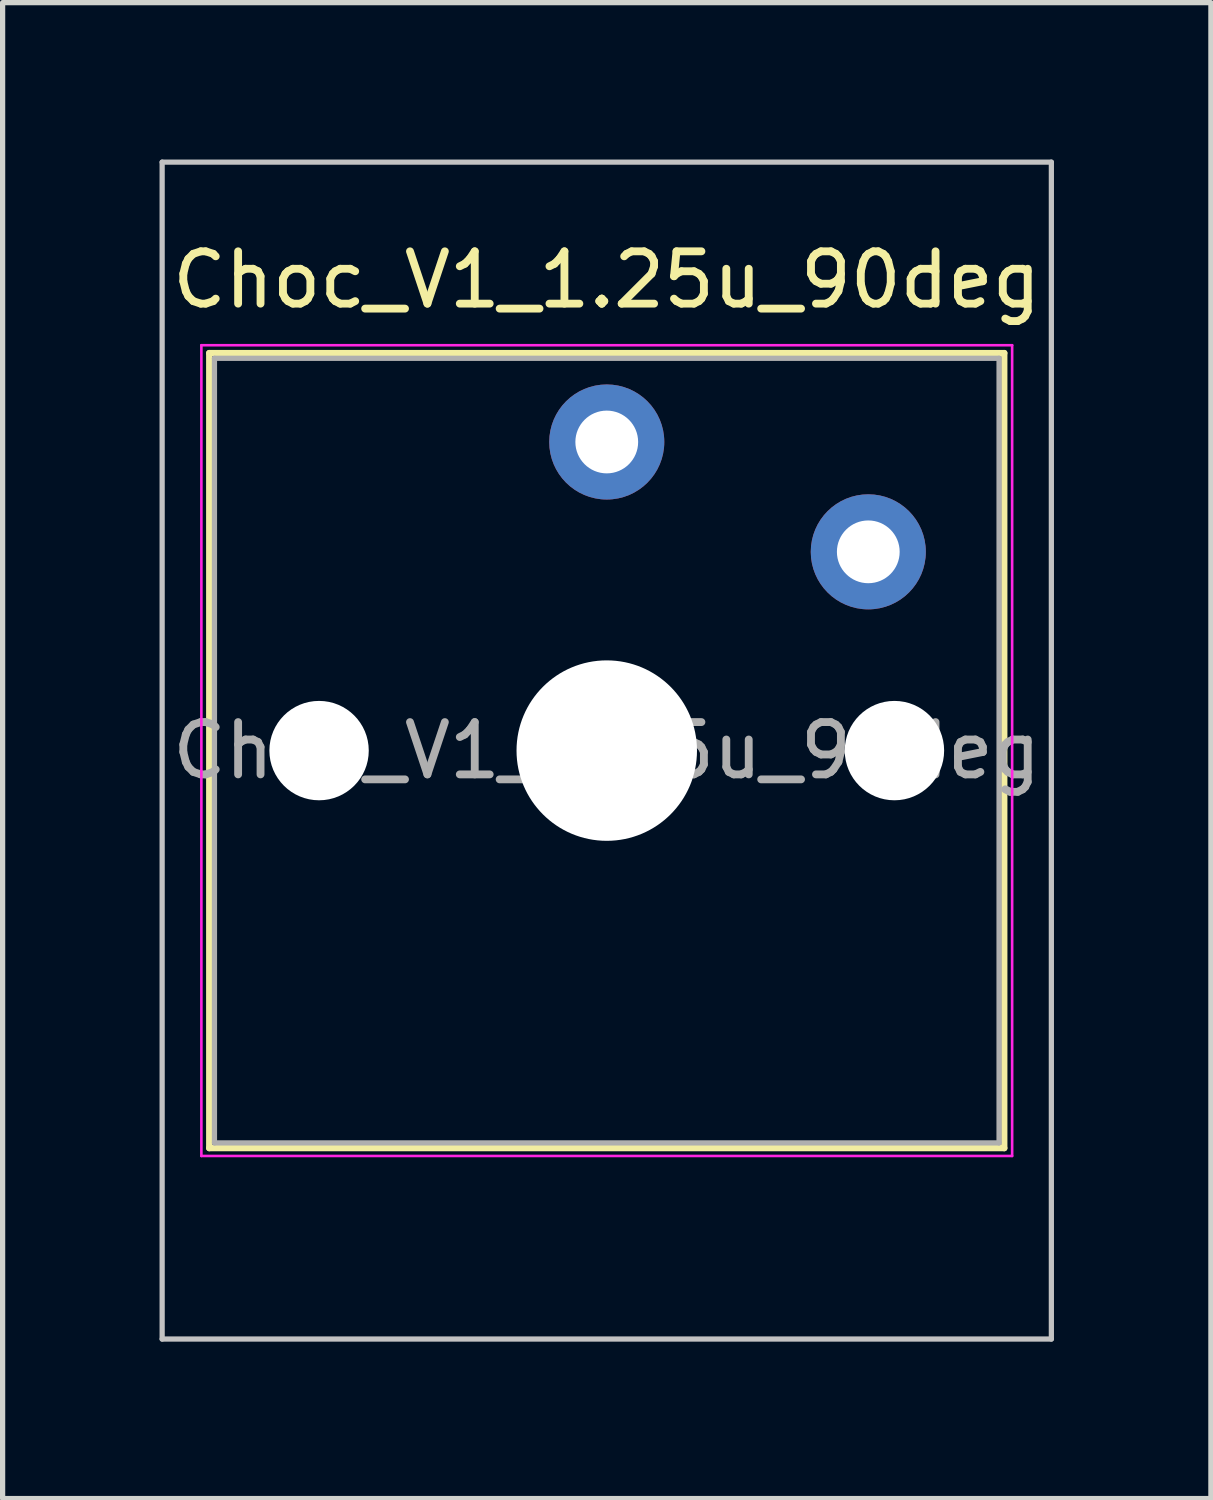
<source format=kicad_pcb>
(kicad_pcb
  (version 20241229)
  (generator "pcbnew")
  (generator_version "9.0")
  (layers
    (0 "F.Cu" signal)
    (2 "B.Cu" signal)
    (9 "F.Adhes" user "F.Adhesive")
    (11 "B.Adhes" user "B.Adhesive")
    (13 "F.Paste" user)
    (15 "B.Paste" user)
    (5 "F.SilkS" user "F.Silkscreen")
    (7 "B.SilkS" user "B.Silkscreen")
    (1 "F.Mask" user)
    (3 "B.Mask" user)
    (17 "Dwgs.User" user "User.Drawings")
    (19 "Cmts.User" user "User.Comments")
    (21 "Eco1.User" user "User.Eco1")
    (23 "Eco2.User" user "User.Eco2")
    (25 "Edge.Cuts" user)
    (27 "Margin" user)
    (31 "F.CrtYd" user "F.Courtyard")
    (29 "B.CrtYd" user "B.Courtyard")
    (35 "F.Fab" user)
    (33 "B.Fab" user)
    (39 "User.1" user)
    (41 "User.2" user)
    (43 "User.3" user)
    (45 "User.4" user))
  (footprint "Choc_V1_1.25u_90deg"
    (layer "F.Cu")
    (at 8.55 11.3)
    (property "Reference" "Choc_V1_1.25u_90deg" (at 0 -9 0) (layer "F.SilkS") (effects (font (size 1 1) (thickness 0.15))))
    (attr through_hole)
    (fp_line (start -7.6 -7.6) (end -7.6 7.6) (stroke (width 0.12) (type solid)) (layer "F.SilkS"))
    (fp_line (start -7.6 7.6) (end 7.6 7.6) (stroke (width 0.12) (type solid)) (layer "F.SilkS"))
    (fp_line (start 7.6 -7.6) (end -7.6 -7.6) (stroke (width 0.12) (type solid)) (layer "F.SilkS"))
    (fp_line (start 7.6 7.6) (end 7.6 -7.6) (stroke (width 0.12) (type solid)) (layer "F.SilkS"))
    (fp_line (start -8.5 -11.25) (end 8.5 -11.25) (stroke (width 0.1) (type solid)) (layer "Dwgs.User"))
    (fp_line (start -8.5 11.25) (end -8.5 -11.25) (stroke (width 0.1) (type solid)) (layer "Dwgs.User"))
    (fp_line (start 8.5 -11.25) (end 8.5 11.25) (stroke (width 0.1) (type solid)) (layer "Dwgs.User"))
    (fp_line (start 8.5 11.25) (end -8.5 11.25) (stroke (width 0.1) (type solid)) (layer "Dwgs.User"))
    (fp_line (start -7.25 -7.25) (end -7.25 7.25) (stroke (width 0.1) (type solid)) (layer "Eco1.User"))
    (fp_line (start -7.25 7.25) (end 7.25 7.25) (stroke (width 0.1) (type solid)) (layer "Eco1.User"))
    (fp_line (start 7.25 -7.25) (end -7.25 -7.25) (stroke (width 0.1) (type solid)) (layer "Eco1.User"))
    (fp_line (start 7.25 7.25) (end 7.25 -7.25) (stroke (width 0.1) (type solid)) (layer "Eco1.User"))
    (fp_line (start -7.75 -7.75) (end -7.75 7.75) (stroke (width 0.05) (type solid)) (layer "F.CrtYd"))
    (fp_line (start -7.75 7.75) (end 7.75 7.75) (stroke (width 0.05) (type solid)) (layer "F.CrtYd"))
    (fp_line (start 7.75 -7.75) (end -7.75 -7.75) (stroke (width 0.05) (type solid)) (layer "F.CrtYd"))
    (fp_line (start 7.75 7.75) (end 7.75 -7.75) (stroke (width 0.05) (type solid)) (layer "F.CrtYd"))
    (fp_line (start -7.5 -7.5) (end -7.5 7.5) (stroke (width 0.1) (type solid)) (layer "F.Fab"))
    (fp_line (start -7.5 7.5) (end 7.5 7.5) (stroke (width 0.1) (type solid)) (layer "F.Fab"))
    (fp_line (start 7.5 -7.5) (end -7.5 -7.5) (stroke (width 0.1) (type solid)) (layer "F.Fab"))
    (fp_line (start 7.5 7.5) (end 7.5 -7.5) (stroke (width 0.1) (type solid)) (layer "F.Fab"))
    (fp_text user "${REFERENCE}" (at 0 0 0) (layer "F.Fab") (effects (font (size 1 1) (thickness 0.15))))
    (pad "" np_thru_hole circle (at -5.5 0) (size 1.9 1.9) (drill 1.9) (layers "*.Cu" "*.Mask"))
    (pad "" np_thru_hole circle (at 0 0) (size 3.45 3.45) (drill 3.45) (layers "*.Cu" "*.Mask"))
    (pad "" np_thru_hole circle (at 5.5 0) (size 1.9 1.9) (drill 1.9) (layers "*.Cu" "*.Mask"))
    (pad "1" thru_hole circle (at 0 -5.9) (size 2.2 2.2) (drill 1.2) (layers "*.Cu" "*.Mask"))
    (pad "2" thru_hole circle (at 5 -3.8) (size 2.2 2.2) (drill 1.2) (layers "*.Cu" "*.Mask")))
  (gr_rect
    (start -3 -3)
    (end 20.1 25.6)
    (stroke (width 0.1) (type default))
    (fill no)
    (layer "Edge.Cuts")))
</source>
